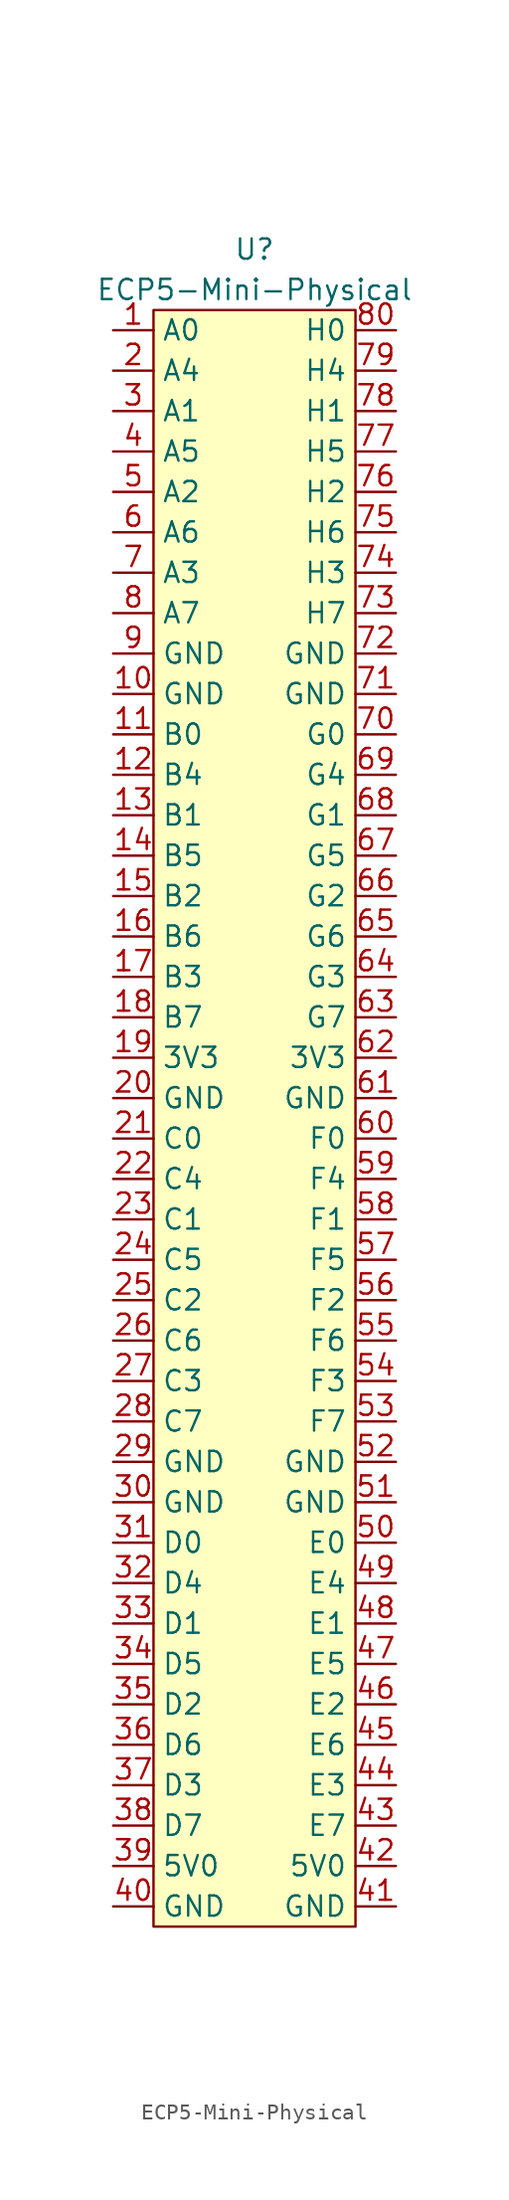
<source format=kicad_sym>
(kicad_symbol_lib
  (version 20201005)
  (generator kicad_symbol_editor)
  (symbol "ecp5-mini:ECP5-Mini-Physical"
    (property "Reference" "U"
      (at 0 52.07 0)
      (effects (font (size 1.27 1.27))))
    (property "Value" "ECP5-Mini-Physical"
      (at 0 49.53 0)
      (effects (font (size 1.27 1.27))))
    (symbol "ECP5-Mini-Physical_0_1"
      (rectangle (start -6.35 48.26) (end 6.35 -53.34) (stroke (width 0.152)) (fill (type background))))
    (symbol "ECP5-Mini-Physical_1_1"
      (pin bidirectional line (at -8.89 46.99 0) (length 2.54) (name "A0" (effects (font (size 1.27 1.27)))) (number "1" (effects (font (size 1.27 1.27)))))
      (pin power_out line (at -8.89 24.13 0) (length 2.54) (name "GND" (effects (font (size 1.27 1.27)))) (number "10" (effects (font (size 1.27 1.27)))))
      (pin bidirectional line (at -8.89 21.59 0) (length 2.54) (name "B0" (effects (font (size 1.27 1.27)))) (number "11" (effects (font (size 1.27 1.27)))))
      (pin bidirectional line (at -8.89 19.05 0) (length 2.54) (name "B4" (effects (font (size 1.27 1.27)))) (number "12" (effects (font (size 1.27 1.27)))))
      (pin bidirectional line (at -8.89 16.51 0) (length 2.54) (name "B1" (effects (font (size 1.27 1.27)))) (number "13" (effects (font (size 1.27 1.27)))))
      (pin bidirectional line (at -8.89 13.97 0) (length 2.54) (name "B5" (effects (font (size 1.27 1.27)))) (number "14" (effects (font (size 1.27 1.27)))))
      (pin bidirectional line (at -8.89 11.43 0) (length 2.54) (name "B2" (effects (font (size 1.27 1.27)))) (number "15" (effects (font (size 1.27 1.27)))))
      (pin bidirectional line (at -8.89 8.89 0) (length 2.54) (name "B6" (effects (font (size 1.27 1.27)))) (number "16" (effects (font (size 1.27 1.27)))))
      (pin bidirectional line (at -8.89 6.35 0) (length 2.54) (name "B3" (effects (font (size 1.27 1.27)))) (number "17" (effects (font (size 1.27 1.27)))))
      (pin bidirectional line (at -8.89 3.81 0) (length 2.54) (name "B7" (effects (font (size 1.27 1.27)))) (number "18" (effects (font (size 1.27 1.27)))))
      (pin power_out line (at -8.89 1.27 0) (length 2.54) (name "3V3" (effects (font (size 1.27 1.27)))) (number "19" (effects (font (size 1.27 1.27)))))
      (pin bidirectional line (at -8.89 44.45 0) (length 2.54) (name "A4" (effects (font (size 1.27 1.27)))) (number "2" (effects (font (size 1.27 1.27)))))
      (pin power_out line (at -8.89 -1.27 0) (length 2.54) (name "GND" (effects (font (size 1.27 1.27)))) (number "20" (effects (font (size 1.27 1.27)))))
      (pin bidirectional line (at -8.89 -3.81 0) (length 2.54) (name "C0" (effects (font (size 1.27 1.27)))) (number "21" (effects (font (size 1.27 1.27)))))
      (pin bidirectional line (at -8.89 -6.35 0) (length 2.54) (name "C4" (effects (font (size 1.27 1.27)))) (number "22" (effects (font (size 1.27 1.27)))))
      (pin bidirectional line (at -8.89 -8.89 0) (length 2.54) (name "C1" (effects (font (size 1.27 1.27)))) (number "23" (effects (font (size 1.27 1.27)))))
      (pin bidirectional line (at -8.89 -11.43 0) (length 2.54) (name "C5" (effects (font (size 1.27 1.27)))) (number "24" (effects (font (size 1.27 1.27)))))
      (pin bidirectional line (at -8.89 -13.97 0) (length 2.54) (name "C2" (effects (font (size 1.27 1.27)))) (number "25" (effects (font (size 1.27 1.27)))))
      (pin bidirectional line (at -8.89 -16.51 0) (length 2.54) (name "C6" (effects (font (size 1.27 1.27)))) (number "26" (effects (font (size 1.27 1.27)))))
      (pin bidirectional line (at -8.89 -19.05 0) (length 2.54) (name "C3" (effects (font (size 1.27 1.27)))) (number "27" (effects (font (size 1.27 1.27)))))
      (pin bidirectional line (at -8.89 -21.59 0) (length 2.54) (name "C7" (effects (font (size 1.27 1.27)))) (number "28" (effects (font (size 1.27 1.27)))))
      (pin power_out line (at -8.89 -24.13 0) (length 2.54) (name "GND" (effects (font (size 1.27 1.27)))) (number "29" (effects (font (size 1.27 1.27)))))
      (pin bidirectional line (at -8.89 41.91 0) (length 2.54) (name "A1" (effects (font (size 1.27 1.27)))) (number "3" (effects (font (size 1.27 1.27)))))
      (pin power_out line (at -8.89 -26.67 0) (length 2.54) (name "GND" (effects (font (size 1.27 1.27)))) (number "30" (effects (font (size 1.27 1.27)))))
      (pin bidirectional line (at -8.89 -29.21 0) (length 2.54) (name "D0" (effects (font (size 1.27 1.27)))) (number "31" (effects (font (size 1.27 1.27)))))
      (pin bidirectional line (at -8.89 -31.75 0) (length 2.54) (name "D4" (effects (font (size 1.27 1.27)))) (number "32" (effects (font (size 1.27 1.27)))))
      (pin bidirectional line (at -8.89 -34.29 0) (length 2.54) (name "D1" (effects (font (size 1.27 1.27)))) (number "33" (effects (font (size 1.27 1.27)))))
      (pin bidirectional line (at -8.89 -36.83 0) (length 2.54) (name "D5" (effects (font (size 1.27 1.27)))) (number "34" (effects (font (size 1.27 1.27)))))
      (pin bidirectional line (at -8.89 -39.37 0) (length 2.54) (name "D2" (effects (font (size 1.27 1.27)))) (number "35" (effects (font (size 1.27 1.27)))))
      (pin bidirectional line (at -8.89 -41.91 0) (length 2.54) (name "D6" (effects (font (size 1.27 1.27)))) (number "36" (effects (font (size 1.27 1.27)))))
      (pin bidirectional line (at -8.89 -44.45 0) (length 2.54) (name "D3" (effects (font (size 1.27 1.27)))) (number "37" (effects (font (size 1.27 1.27)))))
      (pin bidirectional line (at -8.89 -46.99 0) (length 2.54) (name "D7" (effects (font (size 1.27 1.27)))) (number "38" (effects (font (size 1.27 1.27)))))
      (pin power_in line (at -8.89 -49.53 0) (length 2.54) (name "5V0" (effects (font (size 1.27 1.27)))) (number "39" (effects (font (size 1.27 1.27)))))
      (pin bidirectional line (at -8.89 39.37 0) (length 2.54) (name "A5" (effects (font (size 1.27 1.27)))) (number "4" (effects (font (size 1.27 1.27)))))
      (pin power_out line (at -8.89 -52.07 0) (length 2.54) (name "GND" (effects (font (size 1.27 1.27)))) (number "40" (effects (font (size 1.27 1.27)))))
      (pin power_out line (at 8.89 -52.07 180) (length 2.54) (name "GND" (effects (font (size 1.27 1.27)))) (number "41" (effects (font (size 1.27 1.27)))))
      (pin power_in line (at 8.89 -49.53 180) (length 2.54) (name "5V0" (effects (font (size 1.27 1.27)))) (number "42" (effects (font (size 1.27 1.27)))))
      (pin bidirectional line (at 8.89 -46.99 180) (length 2.54) (name "E7" (effects (font (size 1.27 1.27)))) (number "43" (effects (font (size 1.27 1.27)))))
      (pin bidirectional line (at 8.89 -44.45 180) (length 2.54) (name "E3" (effects (font (size 1.27 1.27)))) (number "44" (effects (font (size 1.27 1.27)))))
      (pin bidirectional line (at 8.89 -41.91 180) (length 2.54) (name "E6" (effects (font (size 1.27 1.27)))) (number "45" (effects (font (size 1.27 1.27)))))
      (pin bidirectional line (at 8.89 -39.37 180) (length 2.54) (name "E2" (effects (font (size 1.27 1.27)))) (number "46" (effects (font (size 1.27 1.27)))))
      (pin bidirectional line (at 8.89 -36.83 180) (length 2.54) (name "E5" (effects (font (size 1.27 1.27)))) (number "47" (effects (font (size 1.27 1.27)))))
      (pin bidirectional line (at 8.89 -34.29 180) (length 2.54) (name "E1" (effects (font (size 1.27 1.27)))) (number "48" (effects (font (size 1.27 1.27)))))
      (pin bidirectional line (at 8.89 -31.75 180) (length 2.54) (name "E4" (effects (font (size 1.27 1.27)))) (number "49" (effects (font (size 1.27 1.27)))))
      (pin bidirectional line (at -8.89 36.83 0) (length 2.54) (name "A2" (effects (font (size 1.27 1.27)))) (number "5" (effects (font (size 1.27 1.27)))))
      (pin bidirectional line (at 8.89 -29.21 180) (length 2.54) (name "E0" (effects (font (size 1.27 1.27)))) (number "50" (effects (font (size 1.27 1.27)))))
      (pin power_out line (at 8.89 -26.67 180) (length 2.54) (name "GND" (effects (font (size 1.27 1.27)))) (number "51" (effects (font (size 1.27 1.27)))))
      (pin power_out line (at 8.89 -24.13 180) (length 2.54) (name "GND" (effects (font (size 1.27 1.27)))) (number "52" (effects (font (size 1.27 1.27)))))
      (pin bidirectional line (at 8.89 -21.59 180) (length 2.54) (name "F7" (effects (font (size 1.27 1.27)))) (number "53" (effects (font (size 1.27 1.27)))))
      (pin bidirectional line (at 8.89 -19.05 180) (length 2.54) (name "F3" (effects (font (size 1.27 1.27)))) (number "54" (effects (font (size 1.27 1.27)))))
      (pin bidirectional line (at 8.89 -16.51 180) (length 2.54) (name "F6" (effects (font (size 1.27 1.27)))) (number "55" (effects (font (size 1.27 1.27)))))
      (pin bidirectional line (at 8.89 -13.97 180) (length 2.54) (name "F2" (effects (font (size 1.27 1.27)))) (number "56" (effects (font (size 1.27 1.27)))))
      (pin bidirectional line (at 8.89 -11.43 180) (length 2.54) (name "F5" (effects (font (size 1.27 1.27)))) (number "57" (effects (font (size 1.27 1.27)))))
      (pin bidirectional line (at 8.89 -8.89 180) (length 2.54) (name "F1" (effects (font (size 1.27 1.27)))) (number "58" (effects (font (size 1.27 1.27)))))
      (pin bidirectional line (at 8.89 -6.35 180) (length 2.54) (name "F4" (effects (font (size 1.27 1.27)))) (number "59" (effects (font (size 1.27 1.27)))))
      (pin bidirectional line (at -8.89 34.29 0) (length 2.54) (name "A6" (effects (font (size 1.27 1.27)))) (number "6" (effects (font (size 1.27 1.27)))))
      (pin bidirectional line (at 8.89 -3.81 180) (length 2.54) (name "F0" (effects (font (size 1.27 1.27)))) (number "60" (effects (font (size 1.27 1.27)))))
      (pin power_out line (at 8.89 -1.27 180) (length 2.54) (name "GND" (effects (font (size 1.27 1.27)))) (number "61" (effects (font (size 1.27 1.27)))))
      (pin power_out line (at 8.89 1.27 180) (length 2.54) (name "3V3" (effects (font (size 1.27 1.27)))) (number "62" (effects (font (size 1.27 1.27)))))
      (pin bidirectional line (at 8.89 3.81 180) (length 2.54) (name "G7" (effects (font (size 1.27 1.27)))) (number "63" (effects (font (size 1.27 1.27)))))
      (pin bidirectional line (at 8.89 6.35 180) (length 2.54) (name "G3" (effects (font (size 1.27 1.27)))) (number "64" (effects (font (size 1.27 1.27)))))
      (pin bidirectional line (at 8.89 8.89 180) (length 2.54) (name "G6" (effects (font (size 1.27 1.27)))) (number "65" (effects (font (size 1.27 1.27)))))
      (pin bidirectional line (at 8.89 11.43 180) (length 2.54) (name "G2" (effects (font (size 1.27 1.27)))) (number "66" (effects (font (size 1.27 1.27)))))
      (pin bidirectional line (at 8.89 13.97 180) (length 2.54) (name "G5" (effects (font (size 1.27 1.27)))) (number "67" (effects (font (size 1.27 1.27)))))
      (pin bidirectional line (at 8.89 16.51 180) (length 2.54) (name "G1" (effects (font (size 1.27 1.27)))) (number "68" (effects (font (size 1.27 1.27)))))
      (pin bidirectional line (at 8.89 19.05 180) (length 2.54) (name "G4" (effects (font (size 1.27 1.27)))) (number "69" (effects (font (size 1.27 1.27)))))
      (pin bidirectional line (at -8.89 31.75 0) (length 2.54) (name "A3" (effects (font (size 1.27 1.27)))) (number "7" (effects (font (size 1.27 1.27)))))
      (pin bidirectional line (at 8.89 21.59 180) (length 2.54) (name "G0" (effects (font (size 1.27 1.27)))) (number "70" (effects (font (size 1.27 1.27)))))
      (pin power_out line (at 8.89 24.13 180) (length 2.54) (name "GND" (effects (font (size 1.27 1.27)))) (number "71" (effects (font (size 1.27 1.27)))))
      (pin power_out line (at 8.89 26.67 180) (length 2.54) (name "GND" (effects (font (size 1.27 1.27)))) (number "72" (effects (font (size 1.27 1.27)))))
      (pin bidirectional line (at 8.89 29.21 180) (length 2.54) (name "H7" (effects (font (size 1.27 1.27)))) (number "73" (effects (font (size 1.27 1.27)))))
      (pin bidirectional line (at 8.89 31.75 180) (length 2.54) (name "H3" (effects (font (size 1.27 1.27)))) (number "74" (effects (font (size 1.27 1.27)))))
      (pin bidirectional line (at 8.89 34.29 180) (length 2.54) (name "H6" (effects (font (size 1.27 1.27)))) (number "75" (effects (font (size 1.27 1.27)))))
      (pin bidirectional line (at 8.89 36.83 180) (length 2.54) (name "H2" (effects (font (size 1.27 1.27)))) (number "76" (effects (font (size 1.27 1.27)))))
      (pin bidirectional line (at 8.89 39.37 180) (length 2.54) (name "H5" (effects (font (size 1.27 1.27)))) (number "77" (effects (font (size 1.27 1.27)))))
      (pin bidirectional line (at 8.89 41.91 180) (length 2.54) (name "H1" (effects (font (size 1.27 1.27)))) (number "78" (effects (font (size 1.27 1.27)))))
      (pin bidirectional line (at 8.89 44.45 180) (length 2.54) (name "H4" (effects (font (size 1.27 1.27)))) (number "79" (effects (font (size 1.27 1.27)))))
      (pin bidirectional line (at -8.89 29.21 0) (length 2.54) (name "A7" (effects (font (size 1.27 1.27)))) (number "8" (effects (font (size 1.27 1.27)))))
      (pin bidirectional line (at 8.89 46.99 180) (length 2.54) (name "H0" (effects (font (size 1.27 1.27)))) (number "80" (effects (font (size 1.27 1.27)))))
      (pin power_out line (at -8.89 26.67 0) (length 2.54) (name "GND" (effects (font (size 1.27 1.27)))) (number "9" (effects (font (size 1.27 1.27))))))))
</source>
